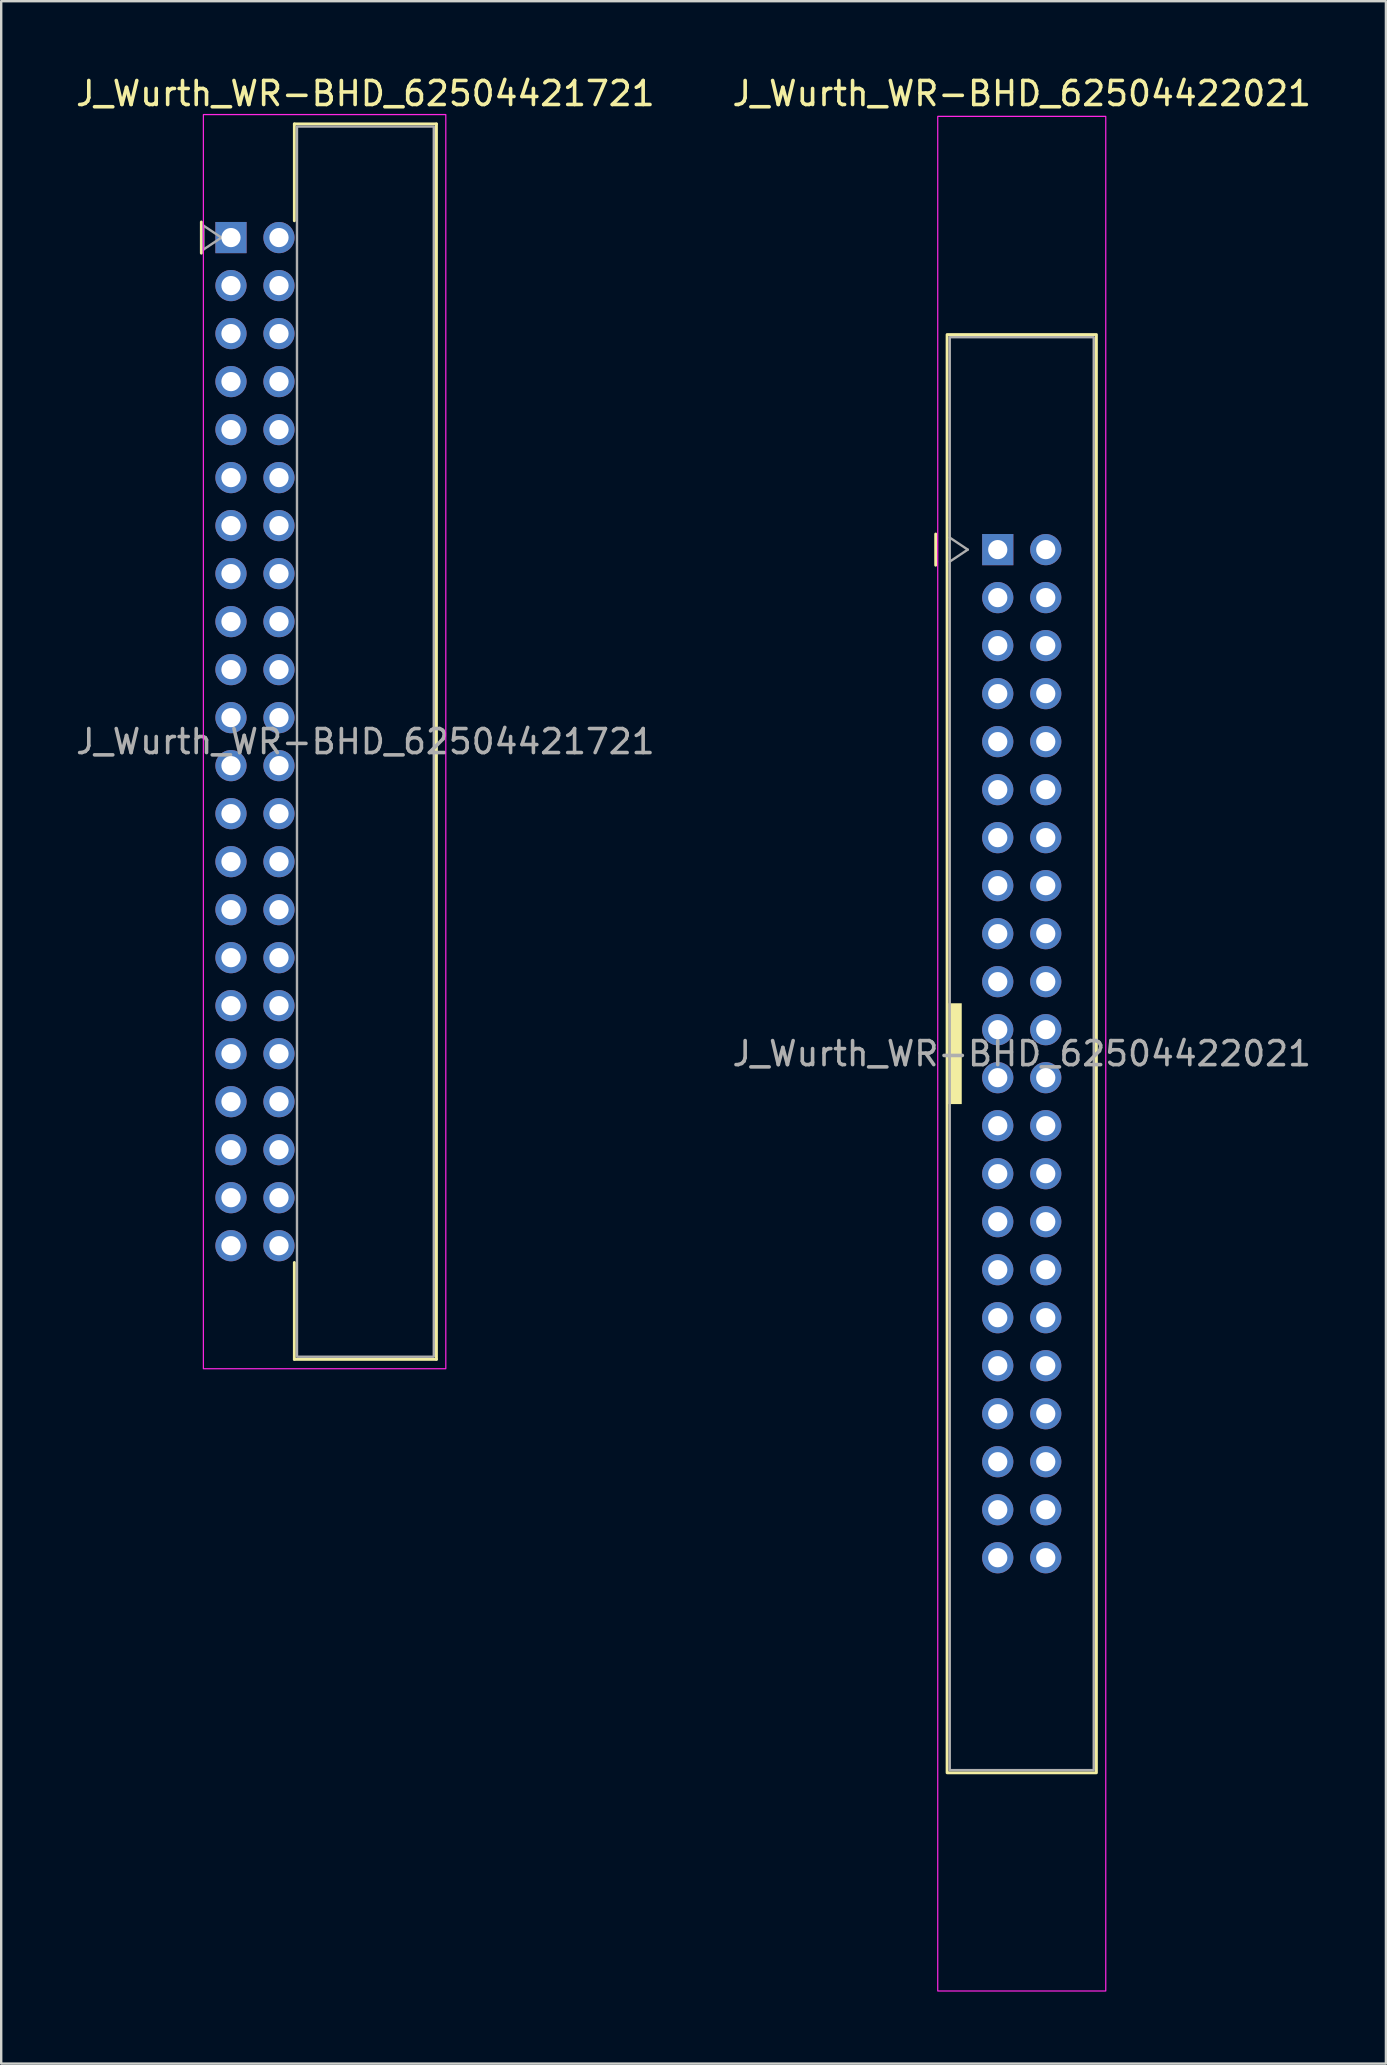
<source format=kicad_pcb>
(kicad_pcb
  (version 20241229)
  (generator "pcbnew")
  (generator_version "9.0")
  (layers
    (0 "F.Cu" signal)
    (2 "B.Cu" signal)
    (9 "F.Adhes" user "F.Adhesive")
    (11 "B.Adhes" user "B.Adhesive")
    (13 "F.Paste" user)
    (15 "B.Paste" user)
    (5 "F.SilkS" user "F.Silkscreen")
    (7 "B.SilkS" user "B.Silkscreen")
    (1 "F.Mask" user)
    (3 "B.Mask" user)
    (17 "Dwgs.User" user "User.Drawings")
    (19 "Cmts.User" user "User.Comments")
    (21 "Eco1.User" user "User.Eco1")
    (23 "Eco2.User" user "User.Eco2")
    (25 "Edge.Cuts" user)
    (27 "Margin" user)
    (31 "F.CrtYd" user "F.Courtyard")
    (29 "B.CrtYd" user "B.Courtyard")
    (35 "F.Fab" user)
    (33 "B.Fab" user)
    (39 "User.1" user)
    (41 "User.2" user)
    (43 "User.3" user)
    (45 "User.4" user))
  (footprint "J_Wurth_WR-BHD_62504421721"
    (layer "F.Cu")
    (at 6.573 6.848)
    (property "Reference" "J_Wurth_WR-BHD_62504421721" (at 5.6 -6 0) (unlocked yes) (layer "F.SilkS") (effects (font (size 1 1) (thickness 0.15))))
    (attr through_hole)
    (fp_line (start -1.235 0.65) (end -1.235 -0.65) (stroke (width 0.12) (type solid)) (layer "F.SilkS"))
    (fp_line (start 2.64 -4.735) (end 8.56 -4.735) (stroke (width 0.12) (type default)) (layer "F.SilkS"))
    (fp_line (start 2.64 -0.7) (end 2.64 -4.735) (stroke (width 0.12) (type solid)) (layer "F.SilkS"))
    (fp_line (start 2.64 46.735) (end 2.64 42.7) (stroke (width 0.12) (type solid)) (layer "F.SilkS"))
    (fp_line (start 8.56 -4.735) (end 8.56 46.735) (stroke (width 0.12) (type default)) (layer "F.SilkS"))
    (fp_line (start 8.56 46.735) (end 2.64 46.735) (stroke (width 0.12) (type default)) (layer "F.SilkS"))
    (fp_rect (start -1.15 -5.125) (end 8.95 47.125) (stroke (width 0.05) (type solid)) (fill no) (layer "F.CrtYd"))
    (fp_line (start -1.15 0.5) (end -1.15 -0.5) (stroke (width 0.1) (type default)) (layer "F.Fab"))
    (fp_line (start -0.4 0) (end -1.15 -0.5) (stroke (width 0.1) (type solid)) (layer "F.Fab"))
    (fp_line (start -0.4 0) (end -1.15 0.5) (stroke (width 0.1) (type solid)) (layer "F.Fab"))
    (fp_rect (start 2.75 -4.625) (end 8.45 46.625) (stroke (width 0.1) (type solid)) (fill no) (layer "F.Fab"))
    (fp_text user "${REFERENCE}" (at 5.6 21 0) (unlocked yes) (layer "F.Fab") (effects (font (size 1 1) (thickness 0.15))))
    (pad "1" thru_hole rect (at 0 0 90) (size 1.3 1.3) (drill 0.8) (layers "*.Cu" "*.Mask"))
    (pad "2" thru_hole circle (at 2 0 90) (size 1.3 1.3) (drill 0.8) (layers "*.Cu" "*.Mask"))
    (pad "3" thru_hole circle (at 0 2 90) (size 1.3 1.3) (drill 0.8) (layers "*.Cu" "*.Mask"))
    (pad "4" thru_hole circle (at 2 2 90) (size 1.3 1.3) (drill 0.8) (layers "*.Cu" "*.Mask"))
    (pad "5" thru_hole circle (at 0 4 90) (size 1.3 1.3) (drill 0.8) (layers "*.Cu" "*.Mask"))
    (pad "6" thru_hole circle (at 2 4 90) (size 1.3 1.3) (drill 0.8) (layers "*.Cu" "*.Mask"))
    (pad "7" thru_hole circle (at 0 6 90) (size 1.3 1.3) (drill 0.8) (layers "*.Cu" "*.Mask"))
    (pad "8" thru_hole circle (at 2 6 90) (size 1.3 1.3) (drill 0.8) (layers "*.Cu" "*.Mask"))
    (pad "9" thru_hole circle (at 0 8 90) (size 1.3 1.3) (drill 0.8) (layers "*.Cu" "*.Mask"))
    (pad "10" thru_hole circle (at 2 8 90) (size 1.3 1.3) (drill 0.8) (layers "*.Cu" "*.Mask"))
    (pad "11" thru_hole circle (at 0 10 90) (size 1.3 1.3) (drill 0.8) (layers "*.Cu" "*.Mask"))
    (pad "12" thru_hole circle (at 2 10 90) (size 1.3 1.3) (drill 0.8) (layers "*.Cu" "*.Mask"))
    (pad "13" thru_hole circle (at 0 12 90) (size 1.3 1.3) (drill 0.8) (layers "*.Cu" "*.Mask"))
    (pad "14" thru_hole circle (at 2 12 90) (size 1.3 1.3) (drill 0.8) (layers "*.Cu" "*.Mask"))
    (pad "15" thru_hole circle (at 0 14 90) (size 1.3 1.3) (drill 0.8) (layers "*.Cu" "*.Mask"))
    (pad "16" thru_hole circle (at 2 14 90) (size 1.3 1.3) (drill 0.8) (layers "*.Cu" "*.Mask"))
    (pad "17" thru_hole circle (at 0 16 90) (size 1.3 1.3) (drill 0.8) (layers "*.Cu" "*.Mask"))
    (pad "18" thru_hole circle (at 2 16 90) (size 1.3 1.3) (drill 0.8) (layers "*.Cu" "*.Mask"))
    (pad "19" thru_hole circle (at 0 18 90) (size 1.3 1.3) (drill 0.8) (layers "*.Cu" "*.Mask"))
    (pad "20" thru_hole circle (at 2 18 90) (size 1.3 1.3) (drill 0.8) (layers "*.Cu" "*.Mask"))
    (pad "21" thru_hole circle (at 0 20 90) (size 1.3 1.3) (drill 0.8) (layers "*.Cu" "*.Mask"))
    (pad "22" thru_hole circle (at 2 20 90) (size 1.3 1.3) (drill 0.8) (layers "*.Cu" "*.Mask"))
    (pad "23" thru_hole circle (at 0 22 90) (size 1.3 1.3) (drill 0.8) (layers "*.Cu" "*.Mask"))
    (pad "24" thru_hole circle (at 2 22 90) (size 1.3 1.3) (drill 0.8) (layers "*.Cu" "*.Mask"))
    (pad "25" thru_hole circle (at 0 24 90) (size 1.3 1.3) (drill 0.8) (layers "*.Cu" "*.Mask"))
    (pad "26" thru_hole circle (at 2 24 90) (size 1.3 1.3) (drill 0.8) (layers "*.Cu" "*.Mask"))
    (pad "27" thru_hole circle (at 0 26 90) (size 1.3 1.3) (drill 0.8) (layers "*.Cu" "*.Mask"))
    (pad "28" thru_hole circle (at 2 26 90) (size 1.3 1.3) (drill 0.8) (layers "*.Cu" "*.Mask"))
    (pad "29" thru_hole circle (at 0 28 90) (size 1.3 1.3) (drill 0.8) (layers "*.Cu" "*.Mask"))
    (pad "30" thru_hole circle (at 2 28 90) (size 1.3 1.3) (drill 0.8) (layers "*.Cu" "*.Mask"))
    (pad "31" thru_hole circle (at 0 30 90) (size 1.3 1.3) (drill 0.8) (layers "*.Cu" "*.Mask"))
    (pad "32" thru_hole circle (at 2 30 90) (size 1.3 1.3) (drill 0.8) (layers "*.Cu" "*.Mask"))
    (pad "33" thru_hole circle (at 0 32 90) (size 1.3 1.3) (drill 0.8) (layers "*.Cu" "*.Mask"))
    (pad "34" thru_hole circle (at 2 32 90) (size 1.3 1.3) (drill 0.8) (layers "*.Cu" "*.Mask"))
    (pad "35" thru_hole circle (at 0 34 90) (size 1.3 1.3) (drill 0.8) (layers "*.Cu" "*.Mask"))
    (pad "36" thru_hole circle (at 2 34 90) (size 1.3 1.3) (drill 0.8) (layers "*.Cu" "*.Mask"))
    (pad "37" thru_hole circle (at 0 36 90) (size 1.3 1.3) (drill 0.8) (layers "*.Cu" "*.Mask"))
    (pad "38" thru_hole circle (at 2 36 90) (size 1.3 1.3) (drill 0.8) (layers "*.Cu" "*.Mask"))
    (pad "39" thru_hole circle (at 0 38 90) (size 1.3 1.3) (drill 0.8) (layers "*.Cu" "*.Mask"))
    (pad "40" thru_hole circle (at 2 38 90) (size 1.3 1.3) (drill 0.8) (layers "*.Cu" "*.Mask"))
    (pad "41" thru_hole circle (at 0 40 90) (size 1.3 1.3) (drill 0.8) (layers "*.Cu" "*.Mask"))
    (pad "42" thru_hole circle (at 2 40 90) (size 1.3 1.3) (drill 0.8) (layers "*.Cu" "*.Mask"))
    (pad "43" thru_hole circle (at 0 42 90) (size 1.3 1.3) (drill 0.8) (layers "*.Cu" "*.Mask"))
    (pad "44" thru_hole circle (at 2 42 90) (size 1.3 1.3) (drill 0.8) (layers "*.Cu" "*.Mask")))
  (footprint "J_Wurth_WR-BHD_62504422021"
    (layer "F.Cu")
    (at 38.518 19.848)
    (property "Reference" "J_Wurth_WR-BHD_62504422021" (at 1 -19 0) (unlocked yes) (layer "F.SilkS") (effects (font (size 1 1) (thickness 0.15))))
    (attr through_hole)
    (fp_line (start -2.585 -0.65) (end -2.585 0.65) (stroke (width 0.12) (type solid)) (layer "F.SilkS"))
    (fp_rect (start -2.11 -8.96) (end 4.11 50.96) (stroke (width 0.12) (type solid)) (fill no) (layer "F.SilkS"))
    (fp_rect (start -2.05 18.9) (end -1.5 23.1) (stroke (width 0) (type default)) (fill yes) (layer "F.SilkS"))
    (fp_rect (start -2.5 -18.05) (end 4.5 60.05) (stroke (width 0.05) (type solid)) (fill no) (layer "F.CrtYd"))
    (fp_line (start -1.25 0) (end -2 -0.5) (stroke (width 0.1) (type solid)) (layer "F.Fab"))
    (fp_line (start -1.25 0) (end -2 0.5) (stroke (width 0.1) (type solid)) (layer "F.Fab"))
    (fp_rect (start -2 -8.85) (end 4 50.85) (stroke (width 0.1) (type solid)) (fill no) (layer "F.Fab"))
    (fp_text user "${REFERENCE}" (at 1 21 0) (unlocked yes) (layer "F.Fab") (effects (font (size 1 1) (thickness 0.15))))
    (pad "1" thru_hole rect (at 0 0 270) (size 1.3 1.3) (drill 0.8) (layers "*.Cu" "*.Mask"))
    (pad "2" thru_hole circle (at 2 0 270) (size 1.3 1.3) (drill 0.8) (layers "*.Cu" "*.Mask"))
    (pad "3" thru_hole circle (at 0 2 270) (size 1.3 1.3) (drill 0.8) (layers "*.Cu" "*.Mask"))
    (pad "4" thru_hole circle (at 2 2 270) (size 1.3 1.3) (drill 0.8) (layers "*.Cu" "*.Mask"))
    (pad "5" thru_hole circle (at 0 4 270) (size 1.3 1.3) (drill 0.8) (layers "*.Cu" "*.Mask"))
    (pad "6" thru_hole circle (at 2 4 270) (size 1.3 1.3) (drill 0.8) (layers "*.Cu" "*.Mask"))
    (pad "7" thru_hole circle (at 0 6 270) (size 1.3 1.3) (drill 0.8) (layers "*.Cu" "*.Mask"))
    (pad "8" thru_hole circle (at 2 6 270) (size 1.3 1.3) (drill 0.8) (layers "*.Cu" "*.Mask"))
    (pad "9" thru_hole circle (at 0 8 270) (size 1.3 1.3) (drill 0.8) (layers "*.Cu" "*.Mask"))
    (pad "10" thru_hole circle (at 2 8 270) (size 1.3 1.3) (drill 0.8) (layers "*.Cu" "*.Mask"))
    (pad "11" thru_hole circle (at 0 10 270) (size 1.3 1.3) (drill 0.8) (layers "*.Cu" "*.Mask"))
    (pad "12" thru_hole circle (at 2 10 270) (size 1.3 1.3) (drill 0.8) (layers "*.Cu" "*.Mask"))
    (pad "13" thru_hole circle (at 0 12 270) (size 1.3 1.3) (drill 0.8) (layers "*.Cu" "*.Mask"))
    (pad "14" thru_hole circle (at 2 12 270) (size 1.3 1.3) (drill 0.8) (layers "*.Cu" "*.Mask"))
    (pad "15" thru_hole circle (at 0 14 270) (size 1.3 1.3) (drill 0.8) (layers "*.Cu" "*.Mask"))
    (pad "16" thru_hole circle (at 2 14 270) (size 1.3 1.3) (drill 0.8) (layers "*.Cu" "*.Mask"))
    (pad "17" thru_hole circle (at 0 16 270) (size 1.3 1.3) (drill 0.8) (layers "*.Cu" "*.Mask"))
    (pad "18" thru_hole circle (at 2 16 270) (size 1.3 1.3) (drill 0.8) (layers "*.Cu" "*.Mask"))
    (pad "19" thru_hole circle (at 0 18 270) (size 1.3 1.3) (drill 0.8) (layers "*.Cu" "*.Mask"))
    (pad "20" thru_hole circle (at 2 18 270) (size 1.3 1.3) (drill 0.8) (layers "*.Cu" "*.Mask"))
    (pad "21" thru_hole circle (at 0 20 270) (size 1.3 1.3) (drill 0.8) (layers "*.Cu" "*.Mask"))
    (pad "22" thru_hole circle (at 2 20 270) (size 1.3 1.3) (drill 0.8) (layers "*.Cu" "*.Mask"))
    (pad "23" thru_hole circle (at 0 22 270) (size 1.3 1.3) (drill 0.8) (layers "*.Cu" "*.Mask"))
    (pad "24" thru_hole circle (at 2 22 270) (size 1.3 1.3) (drill 0.8) (layers "*.Cu" "*.Mask"))
    (pad "25" thru_hole circle (at 0 24 270) (size 1.3 1.3) (drill 0.8) (layers "*.Cu" "*.Mask"))
    (pad "26" thru_hole circle (at 2 24 270) (size 1.3 1.3) (drill 0.8) (layers "*.Cu" "*.Mask"))
    (pad "27" thru_hole circle (at 0 26 270) (size 1.3 1.3) (drill 0.8) (layers "*.Cu" "*.Mask"))
    (pad "28" thru_hole circle (at 2 26 270) (size 1.3 1.3) (drill 0.8) (layers "*.Cu" "*.Mask"))
    (pad "29" thru_hole circle (at 0 28 270) (size 1.3 1.3) (drill 0.8) (layers "*.Cu" "*.Mask"))
    (pad "30" thru_hole circle (at 2 28 270) (size 1.3 1.3) (drill 0.8) (layers "*.Cu" "*.Mask"))
    (pad "31" thru_hole circle (at 0 30 270) (size 1.3 1.3) (drill 0.8) (layers "*.Cu" "*.Mask"))
    (pad "32" thru_hole circle (at 2 30 270) (size 1.3 1.3) (drill 0.8) (layers "*.Cu" "*.Mask"))
    (pad "33" thru_hole circle (at 0 32 270) (size 1.3 1.3) (drill 0.8) (layers "*.Cu" "*.Mask"))
    (pad "34" thru_hole circle (at 2 32 270) (size 1.3 1.3) (drill 0.8) (layers "*.Cu" "*.Mask"))
    (pad "35" thru_hole circle (at 0 34 270) (size 1.3 1.3) (drill 0.8) (layers "*.Cu" "*.Mask"))
    (pad "36" thru_hole circle (at 2 34 270) (size 1.3 1.3) (drill 0.8) (layers "*.Cu" "*.Mask"))
    (pad "37" thru_hole circle (at 0 36 270) (size 1.3 1.3) (drill 0.8) (layers "*.Cu" "*.Mask"))
    (pad "38" thru_hole circle (at 2 36 270) (size 1.3 1.3) (drill 0.8) (layers "*.Cu" "*.Mask"))
    (pad "39" thru_hole circle (at 0 38 270) (size 1.3 1.3) (drill 0.8) (layers "*.Cu" "*.Mask"))
    (pad "40" thru_hole circle (at 2 38 270) (size 1.3 1.3) (drill 0.8) (layers "*.Cu" "*.Mask"))
    (pad "41" thru_hole circle (at 0 40 270) (size 1.3 1.3) (drill 0.8) (layers "*.Cu" "*.Mask"))
    (pad "42" thru_hole circle (at 2 40 270) (size 1.3 1.3) (drill 0.8) (layers "*.Cu" "*.Mask"))
    (pad "43" thru_hole circle (at 0 42 270) (size 1.3 1.3) (drill 0.8) (layers "*.Cu" "*.Mask"))
    (pad "44" thru_hole circle (at 2 42 270) (size 1.3 1.3) (drill 0.8) (layers "*.Cu" "*.Mask")))
  (gr_rect
    (start -3 -3)
    (end 54.69 82.923)
    (stroke (width 0.1) (type default))
    (fill no)
    (layer "Edge.Cuts")))
</source>
